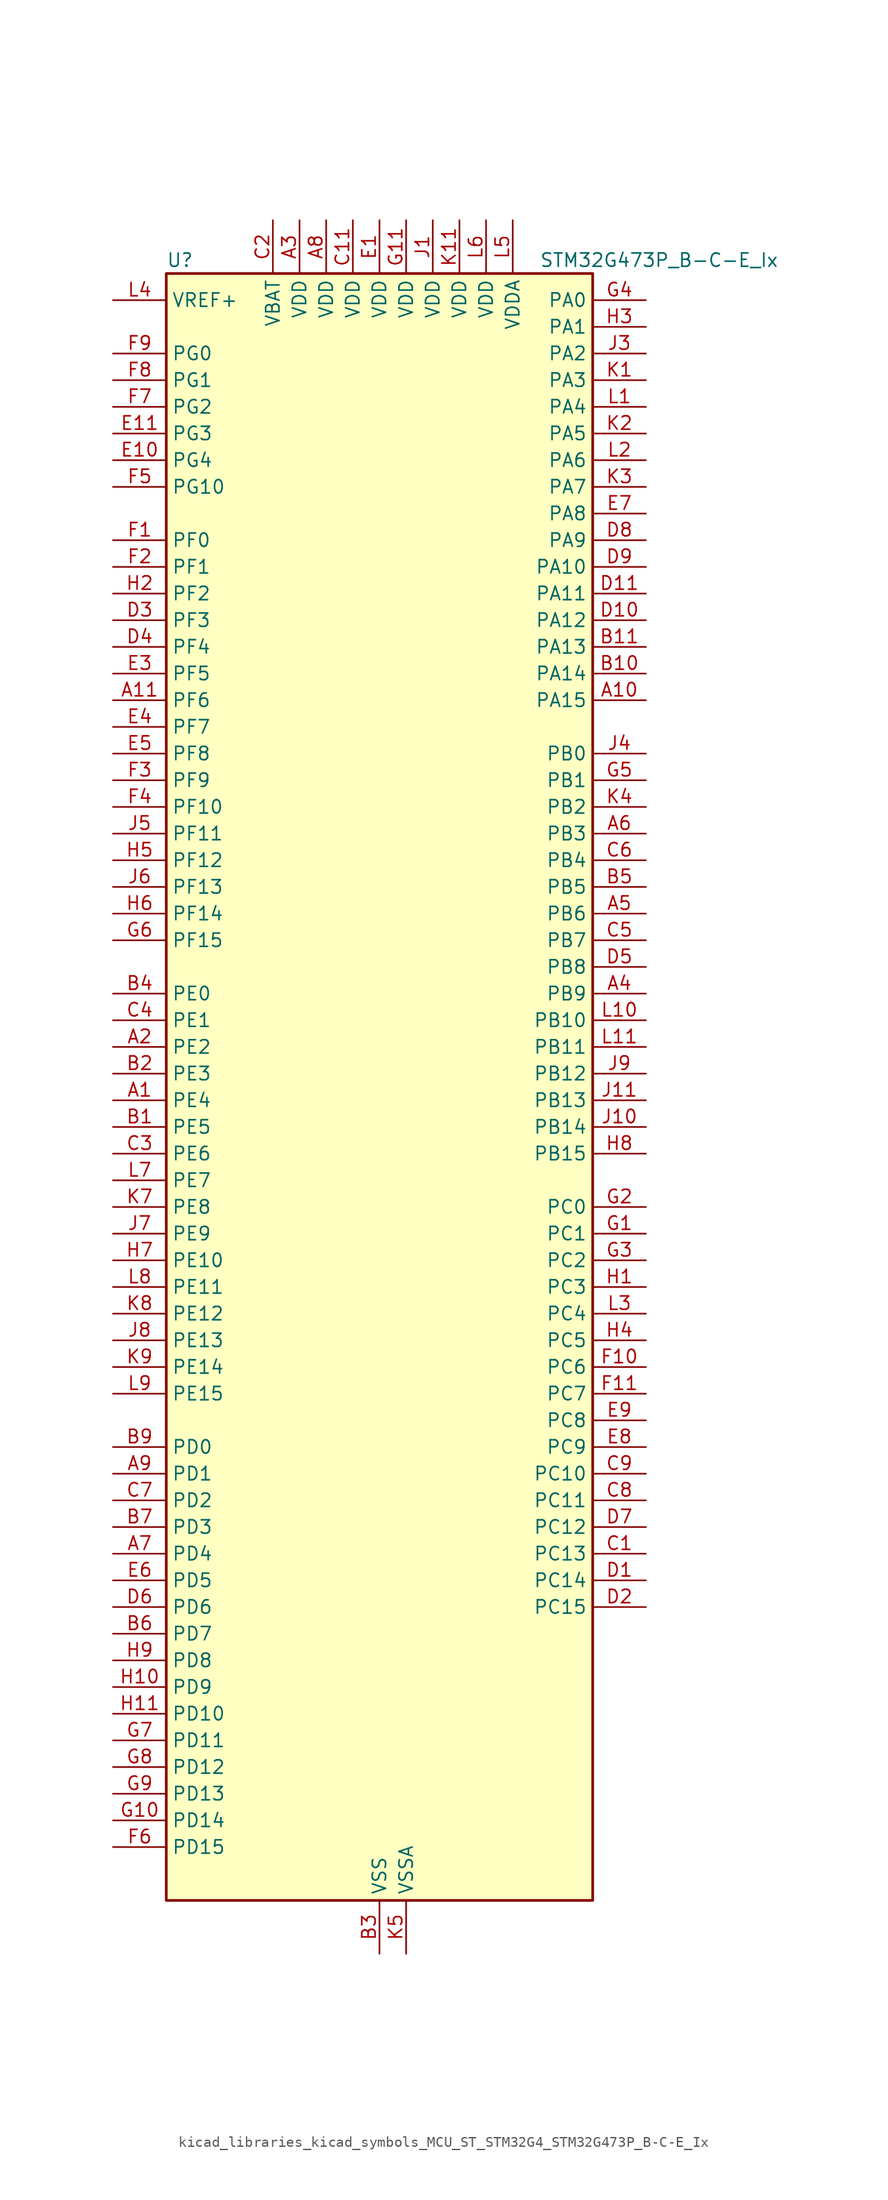
<source format=kicad_sym>
(kicad_symbol_lib
  (version 20220914)
  (generator kicad_symbol_editor)
  (symbol "kicad_libraries_kicad_symbols_MCU_ST_STM32G4_STM32G473P_B-C-E_Ix"
    (property "Reference" "U"
      (at -20.32 80.01 0)
      (effects (font (size 1.27 1.27)) (justify left)))
    (property "Value" "STM32G473P_B-C-E_Ix"
      (at 15.24 80.01 0)
      (effects (font (size 1.27 1.27)) (justify left)))
    (property "ki_locked" ""
      (at 0 0 0)
      (effects (font (size 1.27 1.27))))
    (symbol "kicad_libraries_kicad_symbols_MCU_ST_STM32G4_STM32G473P_B-C-E_Ix_0_1"
      (rectangle (start -20.32 -76.2) (end 20.32 78.74) (stroke (width 0.254) (type default)) (fill (type background))))
    (symbol "kicad_libraries_kicad_symbols_MCU_ST_STM32G4_STM32G473P_B-C-E_Ix_1_1"
      (pin bidirectional line (at -25.4 0 0) (length 5.08) (name "PE4" (effects (font (size 1.27 1.27)))) (number "A1" (effects (font (size 1.27 1.27)))) (alternate "FMC_A20" bidirectional line) (alternate "SAI1_D2" bidirectional line) (alternate "SAI1_FS_A" bidirectional line) (alternate "SPI4_NSS" bidirectional line) (alternate "SYS_TRACED1" bidirectional line) (alternate "TIM20_CH1N" bidirectional line) (alternate "TIM3_CH3" bidirectional line))
      (pin bidirectional line (at 25.4 38.1 180) (length 5.08) (name "PA15" (effects (font (size 1.27 1.27)))) (number "A10" (effects (font (size 1.27 1.27)))) (alternate "ADC1_EXTI15" bidirectional line) (alternate "ADC2_EXTI15" bidirectional line) (alternate "FDCAN3_TX" bidirectional line) (alternate "I2C1_SCL" bidirectional line) (alternate "I2S3_WS" bidirectional line) (alternate "SPI1_NSS" bidirectional line) (alternate "SPI3_NSS" bidirectional line) (alternate "SYS_JTDI" bidirectional line) (alternate "TIM1_BKIN" bidirectional line) (alternate "TIM2_CH1" bidirectional line) (alternate "TIM2_ETR" bidirectional line) (alternate "TIM8_CH1" bidirectional line) (alternate "UART4_DE" bidirectional line) (alternate "UART4_RTS" bidirectional line) (alternate "USART2_RX" bidirectional line))
      (pin bidirectional line (at -25.4 38.1 0) (length 5.08) (name "PF6" (effects (font (size 1.27 1.27)))) (number "A11" (effects (font (size 1.27 1.27)))) (alternate "I2C2_SCL" bidirectional line) (alternate "QUADSPI1_BK1_IO3" bidirectional line) (alternate "SAI1_SD_B" bidirectional line) (alternate "TIM4_CH4" bidirectional line) (alternate "TIM5_CH1" bidirectional line) (alternate "TIM5_ETR" bidirectional line) (alternate "USART3_RTS" bidirectional line))
      (pin bidirectional line (at -25.4 5.08 0) (length 5.08) (name "PE2" (effects (font (size 1.27 1.27)))) (number "A2" (effects (font (size 1.27 1.27)))) (alternate "ADC3_EXTI2" bidirectional line) (alternate "ADC4_EXTI2" bidirectional line) (alternate "ADC5_EXTI2" bidirectional line) (alternate "FMC_A23" bidirectional line) (alternate "SAI1_CK1" bidirectional line) (alternate "SAI1_MCLK_A" bidirectional line) (alternate "SPI4_SCK" bidirectional line) (alternate "SYS_TRACECLK" bidirectional line) (alternate "TIM20_CH1" bidirectional line) (alternate "TIM3_CH1" bidirectional line))
      (pin power_in line (at -7.62 83.82 270) (length 5.08) (name "VDD" (effects (font (size 1.27 1.27)))) (number "A3" (effects (font (size 1.27 1.27)))))
      (pin bidirectional line (at 25.4 10.16 180) (length 5.08) (name "PB9" (effects (font (size 1.27 1.27)))) (number "A4" (effects (font (size 1.27 1.27)))) (alternate "COMP2_OUT" bidirectional line) (alternate "DAC1_EXTI9" bidirectional line) (alternate "DAC2_EXTI9" bidirectional line) (alternate "DAC3_EXTI9" bidirectional line) (alternate "DAC4_EXTI9" bidirectional line) (alternate "FDCAN1_TX" bidirectional line) (alternate "I2C1_SDA" bidirectional line) (alternate "IR_OUT" bidirectional line) (alternate "SAI1_D2" bidirectional line) (alternate "SAI1_FS_A" bidirectional line) (alternate "TIM17_CH1" bidirectional line) (alternate "TIM1_CH3N" bidirectional line) (alternate "TIM4_CH4" bidirectional line) (alternate "TIM8_CH3" bidirectional line) (alternate "USART3_TX" bidirectional line))
      (pin bidirectional line (at 25.4 17.78 180) (length 5.08) (name "PB6" (effects (font (size 1.27 1.27)))) (number "A5" (effects (font (size 1.27 1.27)))) (alternate "COMP4_OUT" bidirectional line) (alternate "FDCAN2_TX" bidirectional line) (alternate "LPTIM1_ETR" bidirectional line) (alternate "SAI1_FS_B" bidirectional line) (alternate "TIM16_CH1N" bidirectional line) (alternate "TIM4_CH1" bidirectional line) (alternate "TIM8_BKIN2" bidirectional line) (alternate "TIM8_CH1" bidirectional line) (alternate "TIM8_ETR" bidirectional line) (alternate "UCPD1_CC1" bidirectional line) (alternate "USART1_TX" bidirectional line))
      (pin bidirectional line (at 25.4 25.4 180) (length 5.08) (name "PB3" (effects (font (size 1.27 1.27)))) (number "A6" (effects (font (size 1.27 1.27)))) (alternate "ADC3_EXTI3" bidirectional line) (alternate "ADC4_EXTI3" bidirectional line) (alternate "ADC5_EXTI3" bidirectional line) (alternate "CRS_SYNC" bidirectional line) (alternate "FDCAN3_RX" bidirectional line) (alternate "I2S3_CK" bidirectional line) (alternate "SAI1_SCK_B" bidirectional line) (alternate "SPI1_SCK" bidirectional line) (alternate "SPI3_SCK" bidirectional line) (alternate "SYS_JTDO-SWO" bidirectional line) (alternate "TIM2_CH2" bidirectional line) (alternate "TIM3_ETR" bidirectional line) (alternate "TIM4_ETR" bidirectional line) (alternate "TIM8_CH1N" bidirectional line) (alternate "USART2_TX" bidirectional line))
      (pin bidirectional line (at -25.4 -43.18 0) (length 5.08) (name "PD4" (effects (font (size 1.27 1.27)))) (number "A7" (effects (font (size 1.27 1.27)))) (alternate "FMC_NOE" bidirectional line) (alternate "QUADSPI1_BK2_IO0" bidirectional line) (alternate "TIM2_CH2" bidirectional line) (alternate "USART2_DE" bidirectional line) (alternate "USART2_RTS" bidirectional line))
      (pin power_in line (at -5.08 83.82 270) (length 5.08) (name "VDD" (effects (font (size 1.27 1.27)))) (number "A8" (effects (font (size 1.27 1.27)))))
      (pin bidirectional line (at -25.4 -35.56 0) (length 5.08) (name "PD1" (effects (font (size 1.27 1.27)))) (number "A9" (effects (font (size 1.27 1.27)))) (alternate "FDCAN1_TX" bidirectional line) (alternate "FMC_D3" bidirectional line) (alternate "FMC_DA3" bidirectional line) (alternate "TIM8_BKIN2" bidirectional line) (alternate "TIM8_CH4" bidirectional line))
      (pin bidirectional line (at -25.4 -2.54 0) (length 5.08) (name "PE5" (effects (font (size 1.27 1.27)))) (number "B1" (effects (font (size 1.27 1.27)))) (alternate "FMC_A21" bidirectional line) (alternate "SAI1_CK2" bidirectional line) (alternate "SAI1_SCK_A" bidirectional line) (alternate "SPI4_MISO" bidirectional line) (alternate "SYS_TRACED2" bidirectional line) (alternate "TIM20_CH2N" bidirectional line) (alternate "TIM3_CH4" bidirectional line))
      (pin bidirectional line (at 25.4 40.64 180) (length 5.08) (name "PA14" (effects (font (size 1.27 1.27)))) (number "B10" (effects (font (size 1.27 1.27)))) (alternate "I2C1_SDA" bidirectional line) (alternate "I2C4_SMBA" bidirectional line) (alternate "LPTIM1_OUT" bidirectional line) (alternate "SAI1_FS_B" bidirectional line) (alternate "SYS_JTCK-SWCLK" bidirectional line) (alternate "TIM1_BKIN" bidirectional line) (alternate "TIM8_CH2" bidirectional line) (alternate "USART2_TX" bidirectional line))
      (pin bidirectional line (at 25.4 43.18 180) (length 5.08) (name "PA13" (effects (font (size 1.27 1.27)))) (number "B11" (effects (font (size 1.27 1.27)))) (alternate "I2C1_SCL" bidirectional line) (alternate "I2C4_SCL" bidirectional line) (alternate "IR_OUT" bidirectional line) (alternate "SAI1_SD_B" bidirectional line) (alternate "SYS_JTMS-SWDIO" bidirectional line) (alternate "TIM16_CH1N" bidirectional line) (alternate "TIM4_CH3" bidirectional line) (alternate "USART3_CTS" bidirectional line) (alternate "USART3_NSS" bidirectional line))
      (pin bidirectional line (at -25.4 2.54 0) (length 5.08) (name "PE3" (effects (font (size 1.27 1.27)))) (number "B2" (effects (font (size 1.27 1.27)))) (alternate "ADC3_EXTI3" bidirectional line) (alternate "ADC4_EXTI3" bidirectional line) (alternate "ADC5_EXTI3" bidirectional line) (alternate "FMC_A19" bidirectional line) (alternate "SAI1_SD_B" bidirectional line) (alternate "SPI4_NSS" bidirectional line) (alternate "SYS_TRACED0" bidirectional line) (alternate "TIM20_CH2" bidirectional line) (alternate "TIM3_CH2" bidirectional line))
      (pin power_in line (at 0 -81.28 90) (length 5.08) (name "VSS" (effects (font (size 1.27 1.27)))) (number "B3" (effects (font (size 1.27 1.27)))))
      (pin bidirectional line (at -25.4 10.16 0) (length 5.08) (name "PE0" (effects (font (size 1.27 1.27)))) (number "B4" (effects (font (size 1.27 1.27)))) (alternate "FMC_NBL0" bidirectional line) (alternate "TIM16_CH1" bidirectional line) (alternate "TIM20_CH4N" bidirectional line) (alternate "TIM20_ETR" bidirectional line) (alternate "TIM4_ETR" bidirectional line) (alternate "USART1_TX" bidirectional line))
      (pin bidirectional line (at 25.4 20.32 180) (length 5.08) (name "PB5" (effects (font (size 1.27 1.27)))) (number "B5" (effects (font (size 1.27 1.27)))) (alternate "FDCAN2_RX" bidirectional line) (alternate "I2C1_SMBA" bidirectional line) (alternate "I2C3_SDA" bidirectional line) (alternate "I2S3_SD" bidirectional line) (alternate "LPTIM1_IN1" bidirectional line) (alternate "SAI1_SD_B" bidirectional line) (alternate "SPI1_MOSI" bidirectional line) (alternate "SPI3_MOSI" bidirectional line) (alternate "TIM16_BKIN" bidirectional line) (alternate "TIM17_CH1" bidirectional line) (alternate "TIM3_CH2" bidirectional line) (alternate "TIM8_CH3N" bidirectional line) (alternate "UART5_CTS" bidirectional line) (alternate "USART2_CK" bidirectional line))
      (pin bidirectional line (at -25.4 -50.8 0) (length 5.08) (name "PD7" (effects (font (size 1.27 1.27)))) (number "B6" (effects (font (size 1.27 1.27)))) (alternate "FMC_NCE" bidirectional line) (alternate "FMC_NE1" bidirectional line) (alternate "QUADSPI1_BK2_IO3" bidirectional line) (alternate "TIM2_CH3" bidirectional line) (alternate "USART2_CK" bidirectional line))
      (pin bidirectional line (at -25.4 -40.64 0) (length 5.08) (name "PD3" (effects (font (size 1.27 1.27)))) (number "B7" (effects (font (size 1.27 1.27)))) (alternate "ADC3_EXTI3" bidirectional line) (alternate "ADC4_EXTI3" bidirectional line) (alternate "ADC5_EXTI3" bidirectional line) (alternate "FMC_CLK" bidirectional line) (alternate "QUADSPI1_BK2_NCS" bidirectional line) (alternate "TIM2_CH1" bidirectional line) (alternate "TIM2_ETR" bidirectional line) (alternate "USART2_CTS" bidirectional line) (alternate "USART2_NSS" bidirectional line))
      (pin passive line (at 0 -81.28 90) (length 5.08) hide (name "VSS" (effects (font (size 1.27 1.27)))) (number "B8" (effects (font (size 1.27 1.27)))))
      (pin bidirectional line (at -25.4 -33.02 0) (length 5.08) (name "PD0" (effects (font (size 1.27 1.27)))) (number "B9" (effects (font (size 1.27 1.27)))) (alternate "FDCAN1_RX" bidirectional line) (alternate "FMC_D2" bidirectional line) (alternate "FMC_DA2" bidirectional line) (alternate "TIM8_CH4N" bidirectional line))
      (pin bidirectional line (at 25.4 -43.18 180) (length 5.08) (name "PC13" (effects (font (size 1.27 1.27)))) (number "C1" (effects (font (size 1.27 1.27)))) (alternate "RTC_OUT1" bidirectional line) (alternate "RTC_TAMP1" bidirectional line) (alternate "RTC_TS" bidirectional line) (alternate "SYS_WKUP2" bidirectional line) (alternate "TIM1_BKIN" bidirectional line) (alternate "TIM1_CH1N" bidirectional line) (alternate "TIM8_CH4N" bidirectional line))
      (pin passive line (at 0 -81.28 90) (length 5.08) hide (name "VSS" (effects (font (size 1.27 1.27)))) (number "C10" (effects (font (size 1.27 1.27)))))
      (pin power_in line (at -2.54 83.82 270) (length 5.08) (name "VDD" (effects (font (size 1.27 1.27)))) (number "C11" (effects (font (size 1.27 1.27)))))
      (pin power_in line (at -10.16 83.82 270) (length 5.08) (name "VBAT" (effects (font (size 1.27 1.27)))) (number "C2" (effects (font (size 1.27 1.27)))))
      (pin bidirectional line (at -25.4 -5.08 0) (length 5.08) (name "PE6" (effects (font (size 1.27 1.27)))) (number "C3" (effects (font (size 1.27 1.27)))) (alternate "FMC_A22" bidirectional line) (alternate "RTC_TAMP3" bidirectional line) (alternate "SAI1_D1" bidirectional line) (alternate "SAI1_SD_A" bidirectional line) (alternate "SPI4_MOSI" bidirectional line) (alternate "SYS_TRACED3" bidirectional line) (alternate "SYS_WKUP3" bidirectional line) (alternate "TIM20_CH3N" bidirectional line))
      (pin bidirectional line (at -25.4 7.62 0) (length 5.08) (name "PE1" (effects (font (size 1.27 1.27)))) (number "C4" (effects (font (size 1.27 1.27)))) (alternate "FMC_NBL1" bidirectional line) (alternate "TIM17_CH1" bidirectional line) (alternate "TIM20_CH4" bidirectional line) (alternate "USART1_RX" bidirectional line))
      (pin bidirectional line (at 25.4 15.24 180) (length 5.08) (name "PB7" (effects (font (size 1.27 1.27)))) (number "C5" (effects (font (size 1.27 1.27)))) (alternate "COMP3_OUT" bidirectional line) (alternate "FMC_NL" bidirectional line) (alternate "I2C1_SDA" bidirectional line) (alternate "I2C4_SDA" bidirectional line) (alternate "LPTIM1_IN2" bidirectional line) (alternate "SYS_PVD_IN" bidirectional line) (alternate "TIM17_CH1N" bidirectional line) (alternate "TIM3_CH4" bidirectional line) (alternate "TIM4_CH2" bidirectional line) (alternate "TIM8_BKIN" bidirectional line) (alternate "UART4_CTS" bidirectional line) (alternate "USART1_RX" bidirectional line))
      (pin bidirectional line (at 25.4 22.86 180) (length 5.08) (name "PB4" (effects (font (size 1.27 1.27)))) (number "C6" (effects (font (size 1.27 1.27)))) (alternate "FDCAN3_TX" bidirectional line) (alternate "SAI1_MCLK_B" bidirectional line) (alternate "SPI1_MISO" bidirectional line) (alternate "SPI3_MISO" bidirectional line) (alternate "SYS_JTRST" bidirectional line) (alternate "TIM16_CH1" bidirectional line) (alternate "TIM17_BKIN" bidirectional line) (alternate "TIM3_CH1" bidirectional line) (alternate "TIM8_CH2N" bidirectional line) (alternate "UART5_DE" bidirectional line) (alternate "UART5_RTS" bidirectional line) (alternate "UCPD1_CC2" bidirectional line) (alternate "USART2_RX" bidirectional line))
      (pin bidirectional line (at -25.4 -38.1 0) (length 5.08) (name "PD2" (effects (font (size 1.27 1.27)))) (number "C7" (effects (font (size 1.27 1.27)))) (alternate "ADC3_EXTI2" bidirectional line) (alternate "ADC4_EXTI2" bidirectional line) (alternate "ADC5_EXTI2" bidirectional line) (alternate "TIM3_ETR" bidirectional line) (alternate "TIM8_BKIN" bidirectional line) (alternate "UART5_RX" bidirectional line))
      (pin bidirectional line (at 25.4 -38.1 180) (length 5.08) (name "PC11" (effects (font (size 1.27 1.27)))) (number "C8" (effects (font (size 1.27 1.27)))) (alternate "ADC1_EXTI11" bidirectional line) (alternate "ADC2_EXTI11" bidirectional line) (alternate "I2C3_SDA" bidirectional line) (alternate "SPI3_MISO" bidirectional line) (alternate "TIM8_CH2N" bidirectional line) (alternate "UART4_RX" bidirectional line) (alternate "USART3_RX" bidirectional line))
      (pin bidirectional line (at 25.4 -35.56 180) (length 5.08) (name "PC10" (effects (font (size 1.27 1.27)))) (number "C9" (effects (font (size 1.27 1.27)))) (alternate "DAC1_EXTI10" bidirectional line) (alternate "DAC2_EXTI10" bidirectional line) (alternate "DAC3_EXTI10" bidirectional line) (alternate "DAC4_EXTI10" bidirectional line) (alternate "I2S3_CK" bidirectional line) (alternate "SPI3_SCK" bidirectional line) (alternate "TIM8_CH1N" bidirectional line) (alternate "UART4_TX" bidirectional line) (alternate "USART3_TX" bidirectional line))
      (pin bidirectional line (at 25.4 -45.72 180) (length 5.08) (name "PC14" (effects (font (size 1.27 1.27)))) (number "D1" (effects (font (size 1.27 1.27)))) (alternate "RCC_OSC32_IN" bidirectional line))
      (pin bidirectional line (at 25.4 45.72 180) (length 5.08) (name "PA12" (effects (font (size 1.27 1.27)))) (number "D10" (effects (font (size 1.27 1.27)))) (alternate "COMP2_OUT" bidirectional line) (alternate "FDCAN1_TX" bidirectional line) (alternate "I2S_CKIN" bidirectional line) (alternate "TIM16_CH1" bidirectional line) (alternate "TIM1_CH2N" bidirectional line) (alternate "TIM1_ETR" bidirectional line) (alternate "TIM4_CH2" bidirectional line) (alternate "USART1_DE" bidirectional line) (alternate "USART1_RTS" bidirectional line) (alternate "USB_DP" bidirectional line))
      (pin bidirectional line (at 25.4 48.26 180) (length 5.08) (name "PA11" (effects (font (size 1.27 1.27)))) (number "D11" (effects (font (size 1.27 1.27)))) (alternate "ADC1_EXTI11" bidirectional line) (alternate "ADC2_EXTI11" bidirectional line) (alternate "COMP1_OUT" bidirectional line) (alternate "FDCAN1_RX" bidirectional line) (alternate "I2S2_SD" bidirectional line) (alternate "SPI2_MOSI" bidirectional line) (alternate "TIM1_BKIN2" bidirectional line) (alternate "TIM1_CH1N" bidirectional line) (alternate "TIM1_CH4" bidirectional line) (alternate "TIM4_CH1" bidirectional line) (alternate "USART1_CTS" bidirectional line) (alternate "USART1_NSS" bidirectional line) (alternate "USB_DM" bidirectional line))
      (pin bidirectional line (at 25.4 -48.26 180) (length 5.08) (name "PC15" (effects (font (size 1.27 1.27)))) (number "D2" (effects (font (size 1.27 1.27)))) (alternate "ADC1_EXTI15" bidirectional line) (alternate "ADC2_EXTI15" bidirectional line) (alternate "RCC_OSC32_OUT" bidirectional line))
      (pin bidirectional line (at -25.4 45.72 0) (length 5.08) (name "PF3" (effects (font (size 1.27 1.27)))) (number "D3" (effects (font (size 1.27 1.27)))) (alternate "ADC3_EXTI3" bidirectional line) (alternate "ADC4_EXTI3" bidirectional line) (alternate "ADC5_EXTI3" bidirectional line) (alternate "FMC_A3" bidirectional line) (alternate "I2C3_SCL" bidirectional line) (alternate "TIM20_CH4" bidirectional line))
      (pin bidirectional line (at -25.4 43.18 0) (length 5.08) (name "PF4" (effects (font (size 1.27 1.27)))) (number "D4" (effects (font (size 1.27 1.27)))) (alternate "COMP1_OUT" bidirectional line) (alternate "FMC_A4" bidirectional line) (alternate "I2C3_SDA" bidirectional line) (alternate "TIM20_CH1N" bidirectional line))
      (pin bidirectional line (at 25.4 12.7 180) (length 5.08) (name "PB8" (effects (font (size 1.27 1.27)))) (number "D5" (effects (font (size 1.27 1.27)))) (alternate "COMP1_OUT" bidirectional line) (alternate "FDCAN1_RX" bidirectional line) (alternate "I2C1_SCL" bidirectional line) (alternate "SAI1_CK1" bidirectional line) (alternate "SAI1_MCLK_A" bidirectional line) (alternate "TIM16_CH1" bidirectional line) (alternate "TIM1_BKIN" bidirectional line) (alternate "TIM4_CH3" bidirectional line) (alternate "TIM8_CH2" bidirectional line) (alternate "USART3_RX" bidirectional line))
      (pin bidirectional line (at -25.4 -48.26 0) (length 5.08) (name "PD6" (effects (font (size 1.27 1.27)))) (number "D6" (effects (font (size 1.27 1.27)))) (alternate "FMC_NWAIT" bidirectional line) (alternate "QUADSPI1_BK2_IO2" bidirectional line) (alternate "SAI1_D1" bidirectional line) (alternate "SAI1_SD_A" bidirectional line) (alternate "TIM2_CH4" bidirectional line) (alternate "USART2_RX" bidirectional line))
      (pin bidirectional line (at 25.4 -40.64 180) (length 5.08) (name "PC12" (effects (font (size 1.27 1.27)))) (number "D7" (effects (font (size 1.27 1.27)))) (alternate "I2S3_SD" bidirectional line) (alternate "SPI3_MOSI" bidirectional line) (alternate "TIM5_CH2" bidirectional line) (alternate "TIM8_CH3N" bidirectional line) (alternate "UART5_TX" bidirectional line) (alternate "UCPD1_FRSTX1" bidirectional line) (alternate "UCPD1_FRSTX2" bidirectional line) (alternate "USART3_CK" bidirectional line))
      (pin bidirectional line (at 25.4 53.34 180) (length 5.08) (name "PA9" (effects (font (size 1.27 1.27)))) (number "D8" (effects (font (size 1.27 1.27)))) (alternate "ADC5_IN2" bidirectional line) (alternate "COMP5_OUT" bidirectional line) (alternate "DAC1_EXTI9" bidirectional line) (alternate "DAC2_EXTI9" bidirectional line) (alternate "DAC3_EXTI9" bidirectional line) (alternate "DAC4_EXTI9" bidirectional line) (alternate "I2C2_SCL" bidirectional line) (alternate "I2C3_SMBA" bidirectional line) (alternate "I2S3_MCK" bidirectional line) (alternate "SAI1_FS_A" bidirectional line) (alternate "TIM15_BKIN" bidirectional line) (alternate "TIM1_CH2" bidirectional line) (alternate "TIM2_CH3" bidirectional line) (alternate "UCPD1_DBCC1" bidirectional line) (alternate "USART1_TX" bidirectional line))
      (pin bidirectional line (at 25.4 50.8 180) (length 5.08) (name "PA10" (effects (font (size 1.27 1.27)))) (number "D9" (effects (font (size 1.27 1.27)))) (alternate "COMP6_OUT" bidirectional line) (alternate "CRS_SYNC" bidirectional line) (alternate "DAC1_EXTI10" bidirectional line) (alternate "DAC2_EXTI10" bidirectional line) (alternate "DAC3_EXTI10" bidirectional line) (alternate "DAC4_EXTI10" bidirectional line) (alternate "I2C2_SMBA" bidirectional line) (alternate "SAI1_D1" bidirectional line) (alternate "SAI1_SD_A" bidirectional line) (alternate "SPI2_MISO" bidirectional line) (alternate "TIM17_BKIN" bidirectional line) (alternate "TIM1_CH3" bidirectional line) (alternate "TIM2_CH4" bidirectional line) (alternate "TIM8_BKIN" bidirectional line) (alternate "UCPD1_DBCC2" bidirectional line) (alternate "USART1_RX" bidirectional line))
      (pin power_in line (at 0 83.82 270) (length 5.08) (name "VDD" (effects (font (size 1.27 1.27)))) (number "E1" (effects (font (size 1.27 1.27)))))
      (pin bidirectional line (at -25.4 60.96 0) (length 5.08) (name "PG4" (effects (font (size 1.27 1.27)))) (number "E10" (effects (font (size 1.27 1.27)))) (alternate "FMC_A14" bidirectional line) (alternate "I2C4_SDA" bidirectional line) (alternate "SPI1_MOSI" bidirectional line) (alternate "TIM20_BKIN2" bidirectional line))
      (pin bidirectional line (at -25.4 63.5 0) (length 5.08) (name "PG3" (effects (font (size 1.27 1.27)))) (number "E11" (effects (font (size 1.27 1.27)))) (alternate "ADC3_EXTI3" bidirectional line) (alternate "ADC4_EXTI3" bidirectional line) (alternate "ADC5_EXTI3" bidirectional line) (alternate "FMC_A13" bidirectional line) (alternate "I2C4_SCL" bidirectional line) (alternate "SPI1_MISO" bidirectional line) (alternate "TIM20_BKIN" bidirectional line) (alternate "TIM20_CH4N" bidirectional line))
      (pin passive line (at 0 -81.28 90) (length 5.08) hide (name "VSS" (effects (font (size 1.27 1.27)))) (number "E2" (effects (font (size 1.27 1.27)))))
      (pin bidirectional line (at -25.4 40.64 0) (length 5.08) (name "PF5" (effects (font (size 1.27 1.27)))) (number "E3" (effects (font (size 1.27 1.27)))) (alternate "FMC_A5" bidirectional line) (alternate "TIM20_CH2N" bidirectional line))
      (pin bidirectional line (at -25.4 35.56 0) (length 5.08) (name "PF7" (effects (font (size 1.27 1.27)))) (number "E4" (effects (font (size 1.27 1.27)))) (alternate "FMC_A1" bidirectional line) (alternate "QUADSPI1_BK1_IO2" bidirectional line) (alternate "SAI1_MCLK_B" bidirectional line) (alternate "TIM20_BKIN" bidirectional line) (alternate "TIM5_CH2" bidirectional line))
      (pin bidirectional line (at -25.4 33.02 0) (length 5.08) (name "PF8" (effects (font (size 1.27 1.27)))) (number "E5" (effects (font (size 1.27 1.27)))) (alternate "FMC_A24" bidirectional line) (alternate "QUADSPI1_BK1_IO0" bidirectional line) (alternate "SAI1_SCK_B" bidirectional line) (alternate "TIM20_BKIN2" bidirectional line) (alternate "TIM5_CH3" bidirectional line))
      (pin bidirectional line (at -25.4 -45.72 0) (length 5.08) (name "PD5" (effects (font (size 1.27 1.27)))) (number "E6" (effects (font (size 1.27 1.27)))) (alternate "FMC_NWE" bidirectional line) (alternate "QUADSPI1_BK2_IO1" bidirectional line) (alternate "USART2_TX" bidirectional line))
      (pin bidirectional line (at 25.4 55.88 180) (length 5.08) (name "PA8" (effects (font (size 1.27 1.27)))) (number "E7" (effects (font (size 1.27 1.27)))) (alternate "ADC5_IN1" bidirectional line) (alternate "COMP7_OUT" bidirectional line) (alternate "FDCAN3_RX" bidirectional line) (alternate "I2C2_SDA" bidirectional line) (alternate "I2C3_SCL" bidirectional line) (alternate "I2S2_MCK" bidirectional line) (alternate "OPAMP5_VOUT" bidirectional line) (alternate "RCC_MCO" bidirectional line) (alternate "SAI1_CK2" bidirectional line) (alternate "SAI1_SCK_A" bidirectional line) (alternate "TIM1_CH1" bidirectional line) (alternate "TIM4_ETR" bidirectional line) (alternate "USART1_CK" bidirectional line))
      (pin bidirectional line (at 25.4 -33.02 180) (length 5.08) (name "PC9" (effects (font (size 1.27 1.27)))) (number "E8" (effects (font (size 1.27 1.27)))) (alternate "DAC1_EXTI9" bidirectional line) (alternate "DAC2_EXTI9" bidirectional line) (alternate "DAC3_EXTI9" bidirectional line) (alternate "DAC4_EXTI9" bidirectional line) (alternate "I2C3_SDA" bidirectional line) (alternate "I2S_CKIN" bidirectional line) (alternate "TIM3_CH4" bidirectional line) (alternate "TIM8_BKIN2" bidirectional line) (alternate "TIM8_CH4" bidirectional line))
      (pin bidirectional line (at 25.4 -30.48 180) (length 5.08) (name "PC8" (effects (font (size 1.27 1.27)))) (number "E9" (effects (font (size 1.27 1.27)))) (alternate "COMP7_OUT" bidirectional line) (alternate "I2C3_SCL" bidirectional line) (alternate "TIM20_CH3" bidirectional line) (alternate "TIM3_CH3" bidirectional line) (alternate "TIM8_CH3" bidirectional line))
      (pin bidirectional line (at -25.4 53.34 0) (length 5.08) (name "PF0" (effects (font (size 1.27 1.27)))) (number "F1" (effects (font (size 1.27 1.27)))) (alternate "ADC1_IN10" bidirectional line) (alternate "I2C2_SDA" bidirectional line) (alternate "I2S2_WS" bidirectional line) (alternate "RCC_OSC_IN" bidirectional line) (alternate "SPI2_NSS" bidirectional line) (alternate "TIM1_CH3N" bidirectional line))
      (pin bidirectional line (at 25.4 -25.4 180) (length 5.08) (name "PC6" (effects (font (size 1.27 1.27)))) (number "F10" (effects (font (size 1.27 1.27)))) (alternate "COMP6_OUT" bidirectional line) (alternate "I2C4_SCL" bidirectional line) (alternate "I2S2_MCK" bidirectional line) (alternate "TIM3_CH1" bidirectional line) (alternate "TIM8_CH1" bidirectional line))
      (pin bidirectional line (at 25.4 -27.94 180) (length 5.08) (name "PC7" (effects (font (size 1.27 1.27)))) (number "F11" (effects (font (size 1.27 1.27)))) (alternate "COMP5_OUT" bidirectional line) (alternate "I2C4_SDA" bidirectional line) (alternate "I2S3_MCK" bidirectional line) (alternate "TIM3_CH2" bidirectional line) (alternate "TIM8_CH2" bidirectional line))
      (pin bidirectional line (at -25.4 50.8 0) (length 5.08) (name "PF1" (effects (font (size 1.27 1.27)))) (number "F2" (effects (font (size 1.27 1.27)))) (alternate "ADC2_IN10" bidirectional line) (alternate "COMP3_INM" bidirectional line) (alternate "I2S2_CK" bidirectional line) (alternate "RCC_OSC_OUT" bidirectional line) (alternate "SPI2_SCK" bidirectional line))
      (pin bidirectional line (at -25.4 30.48 0) (length 5.08) (name "PF9" (effects (font (size 1.27 1.27)))) (number "F3" (effects (font (size 1.27 1.27)))) (alternate "DAC1_EXTI9" bidirectional line) (alternate "DAC2_EXTI9" bidirectional line) (alternate "DAC3_EXTI9" bidirectional line) (alternate "DAC4_EXTI9" bidirectional line) (alternate "FMC_A25" bidirectional line) (alternate "QUADSPI1_BK1_IO1" bidirectional line) (alternate "SAI1_FS_B" bidirectional line) (alternate "SPI2_SCK" bidirectional line) (alternate "TIM15_CH1" bidirectional line) (alternate "TIM20_BKIN" bidirectional line) (alternate "TIM5_CH4" bidirectional line))
      (pin bidirectional line (at -25.4 27.94 0) (length 5.08) (name "PF10" (effects (font (size 1.27 1.27)))) (number "F4" (effects (font (size 1.27 1.27)))) (alternate "DAC1_EXTI10" bidirectional line) (alternate "DAC2_EXTI10" bidirectional line) (alternate "DAC3_EXTI10" bidirectional line) (alternate "DAC4_EXTI10" bidirectional line) (alternate "FMC_A0" bidirectional line) (alternate "QUADSPI1_CLK" bidirectional line) (alternate "SAI1_D3" bidirectional line) (alternate "SPI2_SCK" bidirectional line) (alternate "TIM15_CH2" bidirectional line) (alternate "TIM20_BKIN2" bidirectional line))
      (pin bidirectional line (at -25.4 58.42 0) (length 5.08) (name "PG10" (effects (font (size 1.27 1.27)))) (number "F5" (effects (font (size 1.27 1.27)))) (alternate "DAC1_EXTI10" bidirectional line) (alternate "DAC2_EXTI10" bidirectional line) (alternate "DAC3_EXTI10" bidirectional line) (alternate "DAC4_EXTI10" bidirectional line) (alternate "RCC_MCO" bidirectional line))
      (pin bidirectional line (at -25.4 -71.12 0) (length 5.08) (name "PD15" (effects (font (size 1.27 1.27)))) (number "F6" (effects (font (size 1.27 1.27)))) (alternate "ADC1_EXTI15" bidirectional line) (alternate "ADC2_EXTI15" bidirectional line) (alternate "COMP7_INM" bidirectional line) (alternate "FMC_D1" bidirectional line) (alternate "FMC_DA1" bidirectional line) (alternate "SPI2_NSS" bidirectional line) (alternate "TIM4_CH4" bidirectional line))
      (pin bidirectional line (at -25.4 66.04 0) (length 5.08) (name "PG2" (effects (font (size 1.27 1.27)))) (number "F7" (effects (font (size 1.27 1.27)))) (alternate "ADC3_EXTI2" bidirectional line) (alternate "ADC4_EXTI2" bidirectional line) (alternate "ADC5_EXTI2" bidirectional line) (alternate "FMC_A12" bidirectional line) (alternate "SPI1_SCK" bidirectional line) (alternate "TIM20_CH3N" bidirectional line))
      (pin bidirectional line (at -25.4 68.58 0) (length 5.08) (name "PG1" (effects (font (size 1.27 1.27)))) (number "F8" (effects (font (size 1.27 1.27)))) (alternate "FMC_A11" bidirectional line) (alternate "TIM20_CH2N" bidirectional line))
      (pin bidirectional line (at -25.4 71.12 0) (length 5.08) (name "PG0" (effects (font (size 1.27 1.27)))) (number "F9" (effects (font (size 1.27 1.27)))) (alternate "FMC_A10" bidirectional line) (alternate "TIM20_CH1N" bidirectional line))
      (pin bidirectional line (at 25.4 -12.7 180) (length 5.08) (name "PC1" (effects (font (size 1.27 1.27)))) (number "G1" (effects (font (size 1.27 1.27)))) (alternate "ADC1_IN7" bidirectional line) (alternate "ADC2_IN7" bidirectional line) (alternate "COMP3_INP" bidirectional line) (alternate "LPTIM1_OUT" bidirectional line) (alternate "LPUART1_TX" bidirectional line) (alternate "QUADSPI1_BK2_IO0" bidirectional line) (alternate "SAI1_SD_A" bidirectional line) (alternate "TIM1_CH2" bidirectional line))
      (pin bidirectional line (at -25.4 -68.58 0) (length 5.08) (name "PD14" (effects (font (size 1.27 1.27)))) (number "G10" (effects (font (size 1.27 1.27)))) (alternate "ADC3_IN11" bidirectional line) (alternate "ADC4_IN11" bidirectional line) (alternate "ADC5_IN11" bidirectional line) (alternate "COMP7_INP" bidirectional line) (alternate "FMC_D0" bidirectional line) (alternate "FMC_DA0" bidirectional line) (alternate "OPAMP2_VINP" bidirectional line) (alternate "OPAMP2_VINP_SEC" bidirectional line) (alternate "TIM4_CH3" bidirectional line))
      (pin power_in line (at 2.54 83.82 270) (length 5.08) (name "VDD" (effects (font (size 1.27 1.27)))) (number "G11" (effects (font (size 1.27 1.27)))))
      (pin bidirectional line (at 25.4 -10.16 180) (length 5.08) (name "PC0" (effects (font (size 1.27 1.27)))) (number "G2" (effects (font (size 1.27 1.27)))) (alternate "ADC1_IN6" bidirectional line) (alternate "ADC2_IN6" bidirectional line) (alternate "COMP3_INM" bidirectional line) (alternate "LPTIM1_IN1" bidirectional line) (alternate "LPUART1_RX" bidirectional line) (alternate "TIM1_CH1" bidirectional line))
      (pin bidirectional line (at 25.4 -15.24 180) (length 5.08) (name "PC2" (effects (font (size 1.27 1.27)))) (number "G3" (effects (font (size 1.27 1.27)))) (alternate "ADC1_IN8" bidirectional line) (alternate "ADC2_IN8" bidirectional line) (alternate "ADC3_EXTI2" bidirectional line) (alternate "ADC4_EXTI2" bidirectional line) (alternate "ADC5_EXTI2" bidirectional line) (alternate "COMP3_OUT" bidirectional line) (alternate "LPTIM1_IN2" bidirectional line) (alternate "QUADSPI1_BK2_IO1" bidirectional line) (alternate "TIM1_CH3" bidirectional line) (alternate "TIM20_CH2" bidirectional line))
      (pin bidirectional line (at 25.4 76.2 180) (length 5.08) (name "PA0" (effects (font (size 1.27 1.27)))) (number "G4" (effects (font (size 1.27 1.27)))) (alternate "ADC1_IN1" bidirectional line) (alternate "ADC2_IN1" bidirectional line) (alternate "COMP1_INM" bidirectional line) (alternate "COMP1_OUT" bidirectional line) (alternate "COMP3_INP" bidirectional line) (alternate "RTC_TAMP2" bidirectional line) (alternate "SYS_WKUP1" bidirectional line) (alternate "TIM2_CH1" bidirectional line) (alternate "TIM2_ETR" bidirectional line) (alternate "TIM5_CH1" bidirectional line) (alternate "TIM8_BKIN" bidirectional line) (alternate "TIM8_ETR" bidirectional line) (alternate "USART2_CTS" bidirectional line) (alternate "USART2_NSS" bidirectional line))
      (pin bidirectional line (at 25.4 30.48 180) (length 5.08) (name "PB1" (effects (font (size 1.27 1.27)))) (number "G5" (effects (font (size 1.27 1.27)))) (alternate "ADC1_IN12" bidirectional line) (alternate "ADC3_IN1" bidirectional line) (alternate "COMP1_INP" bidirectional line) (alternate "COMP4_OUT" bidirectional line) (alternate "LPUART1_DE" bidirectional line) (alternate "LPUART1_RTS" bidirectional line) (alternate "OPAMP3_VOUT" bidirectional line) (alternate "OPAMP6_VINM" bidirectional line) (alternate "OPAMP6_VINM1" bidirectional line) (alternate "OPAMP6_VINM_SEC" bidirectional line) (alternate "QUADSPI1_BK1_IO0" bidirectional line) (alternate "TIM1_CH3N" bidirectional line) (alternate "TIM3_CH4" bidirectional line) (alternate "TIM8_CH3N" bidirectional line))
      (pin bidirectional line (at -25.4 15.24 0) (length 5.08) (name "PF15" (effects (font (size 1.27 1.27)))) (number "G6" (effects (font (size 1.27 1.27)))) (alternate "ADC1_EXTI15" bidirectional line) (alternate "ADC2_EXTI15" bidirectional line) (alternate "FMC_A9" bidirectional line) (alternate "I2C4_SDA" bidirectional line) (alternate "TIM20_CH4" bidirectional line))
      (pin bidirectional line (at -25.4 -60.96 0) (length 5.08) (name "PD11" (effects (font (size 1.27 1.27)))) (number "G7" (effects (font (size 1.27 1.27)))) (alternate "ADC1_EXTI11" bidirectional line) (alternate "ADC2_EXTI11" bidirectional line) (alternate "ADC3_IN8" bidirectional line) (alternate "ADC4_IN8" bidirectional line) (alternate "ADC5_IN8" bidirectional line) (alternate "COMP6_INP" bidirectional line) (alternate "FMC_A16" bidirectional line) (alternate "FMC_CLE" bidirectional line) (alternate "I2C4_SMBA" bidirectional line) (alternate "OPAMP4_VINP" bidirectional line) (alternate "OPAMP4_VINP_SEC" bidirectional line) (alternate "TIM5_ETR" bidirectional line) (alternate "USART3_CTS" bidirectional line) (alternate "USART3_NSS" bidirectional line))
      (pin bidirectional line (at -25.4 -63.5 0) (length 5.08) (name "PD12" (effects (font (size 1.27 1.27)))) (number "G8" (effects (font (size 1.27 1.27)))) (alternate "ADC3_IN9" bidirectional line) (alternate "ADC4_IN9" bidirectional line) (alternate "ADC5_IN9" bidirectional line) (alternate "COMP5_INP" bidirectional line) (alternate "FMC_A17" bidirectional line) (alternate "FMC_ALE" bidirectional line) (alternate "OPAMP5_VINP" bidirectional line) (alternate "OPAMP5_VINP_SEC" bidirectional line) (alternate "TIM4_CH1" bidirectional line) (alternate "USART3_DE" bidirectional line) (alternate "USART3_RTS" bidirectional line))
      (pin bidirectional line (at -25.4 -66.04 0) (length 5.08) (name "PD13" (effects (font (size 1.27 1.27)))) (number "G9" (effects (font (size 1.27 1.27)))) (alternate "ADC3_IN10" bidirectional line) (alternate "ADC4_IN10" bidirectional line) (alternate "ADC5_IN10" bidirectional line) (alternate "COMP5_INM" bidirectional line) (alternate "FMC_A18" bidirectional line) (alternate "TIM4_CH2" bidirectional line))
      (pin bidirectional line (at 25.4 -17.78 180) (length 5.08) (name "PC3" (effects (font (size 1.27 1.27)))) (number "H1" (effects (font (size 1.27 1.27)))) (alternate "ADC1_IN9" bidirectional line) (alternate "ADC2_IN9" bidirectional line) (alternate "ADC3_EXTI3" bidirectional line) (alternate "ADC4_EXTI3" bidirectional line) (alternate "ADC5_EXTI3" bidirectional line) (alternate "LPTIM1_ETR" bidirectional line) (alternate "OPAMP5_VINP" bidirectional line) (alternate "OPAMP5_VINP_SEC" bidirectional line) (alternate "QUADSPI1_BK2_IO2" bidirectional line) (alternate "SAI1_D1" bidirectional line) (alternate "SAI1_SD_A" bidirectional line) (alternate "TIM1_BKIN2" bidirectional line) (alternate "TIM1_CH4" bidirectional line))
      (pin bidirectional line (at -25.4 -55.88 0) (length 5.08) (name "PD9" (effects (font (size 1.27 1.27)))) (number "H10" (effects (font (size 1.27 1.27)))) (alternate "ADC4_IN13" bidirectional line) (alternate "ADC5_IN13" bidirectional line) (alternate "DAC1_EXTI9" bidirectional line) (alternate "DAC2_EXTI9" bidirectional line) (alternate "DAC3_EXTI9" bidirectional line) (alternate "DAC4_EXTI9" bidirectional line) (alternate "FMC_D14" bidirectional line) (alternate "FMC_DA14" bidirectional line) (alternate "OPAMP6_VINP" bidirectional line) (alternate "OPAMP6_VINP_SEC" bidirectional line) (alternate "USART3_RX" bidirectional line))
      (pin bidirectional line (at -25.4 -58.42 0) (length 5.08) (name "PD10" (effects (font (size 1.27 1.27)))) (number "H11" (effects (font (size 1.27 1.27)))) (alternate "ADC3_IN7" bidirectional line) (alternate "ADC4_IN7" bidirectional line) (alternate "ADC5_IN7" bidirectional line) (alternate "COMP6_INM" bidirectional line) (alternate "DAC1_EXTI10" bidirectional line) (alternate "DAC2_EXTI10" bidirectional line) (alternate "DAC3_EXTI10" bidirectional line) (alternate "DAC4_EXTI10" bidirectional line) (alternate "FMC_D15" bidirectional line) (alternate "FMC_DA15" bidirectional line) (alternate "USART3_CK" bidirectional line))
      (pin bidirectional line (at -25.4 48.26 0) (length 5.08) (name "PF2" (effects (font (size 1.27 1.27)))) (number "H2" (effects (font (size 1.27 1.27)))) (alternate "ADC3_EXTI2" bidirectional line) (alternate "ADC4_EXTI2" bidirectional line) (alternate "ADC5_EXTI2" bidirectional line) (alternate "FMC_A2" bidirectional line) (alternate "I2C2_SMBA" bidirectional line) (alternate "TIM20_CH3" bidirectional line))
      (pin bidirectional line (at 25.4 73.66 180) (length 5.08) (name "PA1" (effects (font (size 1.27 1.27)))) (number "H3" (effects (font (size 1.27 1.27)))) (alternate "ADC1_IN2" bidirectional line) (alternate "ADC2_IN2" bidirectional line) (alternate "COMP1_INP" bidirectional line) (alternate "OPAMP1_VINP" bidirectional line) (alternate "OPAMP1_VINP_SEC" bidirectional line) (alternate "OPAMP3_VINP" bidirectional line) (alternate "OPAMP3_VINP_SEC" bidirectional line) (alternate "OPAMP6_VINM" bidirectional line) (alternate "OPAMP6_VINM0" bidirectional line) (alternate "OPAMP6_VINM_SEC" bidirectional line) (alternate "RTC_REFIN" bidirectional line) (alternate "TIM15_CH1N" bidirectional line) (alternate "TIM2_CH2" bidirectional line) (alternate "TIM5_CH2" bidirectional line) (alternate "USART2_DE" bidirectional line) (alternate "USART2_RTS" bidirectional line))
      (pin bidirectional line (at 25.4 -22.86 180) (length 5.08) (name "PC5" (effects (font (size 1.27 1.27)))) (number "H4" (effects (font (size 1.27 1.27)))) (alternate "ADC2_IN11" bidirectional line) (alternate "OPAMP1_VINM" bidirectional line) (alternate "OPAMP1_VINM1" bidirectional line) (alternate "OPAMP1_VINM_SEC" bidirectional line) (alternate "OPAMP2_VINM" bidirectional line) (alternate "OPAMP2_VINM1" bidirectional line) (alternate "OPAMP2_VINM_SEC" bidirectional line) (alternate "SAI1_D3" bidirectional line) (alternate "SYS_WKUP5" bidirectional line) (alternate "TIM15_BKIN" bidirectional line) (alternate "TIM1_CH4N" bidirectional line) (alternate "USART1_RX" bidirectional line))
      (pin bidirectional line (at -25.4 22.86 0) (length 5.08) (name "PF12" (effects (font (size 1.27 1.27)))) (number "H5" (effects (font (size 1.27 1.27)))) (alternate "FMC_A6" bidirectional line) (alternate "TIM20_CH1" bidirectional line))
      (pin bidirectional line (at -25.4 17.78 0) (length 5.08) (name "PF14" (effects (font (size 1.27 1.27)))) (number "H6" (effects (font (size 1.27 1.27)))) (alternate "FMC_A8" bidirectional line) (alternate "I2C4_SCL" bidirectional line) (alternate "TIM20_CH3" bidirectional line))
      (pin bidirectional line (at -25.4 -15.24 0) (length 5.08) (name "PE10" (effects (font (size 1.27 1.27)))) (number "H7" (effects (font (size 1.27 1.27)))) (alternate "ADC3_IN14" bidirectional line) (alternate "ADC4_IN14" bidirectional line) (alternate "ADC5_IN14" bidirectional line) (alternate "DAC1_EXTI10" bidirectional line) (alternate "DAC2_EXTI10" bidirectional line) (alternate "DAC3_EXTI10" bidirectional line) (alternate "DAC4_EXTI10" bidirectional line) (alternate "FMC_D7" bidirectional line) (alternate "FMC_DA7" bidirectional line) (alternate "QUADSPI1_CLK" bidirectional line) (alternate "SAI1_MCLK_B" bidirectional line) (alternate "TIM1_CH2N" bidirectional line))
      (pin bidirectional line (at 25.4 -5.08 180) (length 5.08) (name "PB15" (effects (font (size 1.27 1.27)))) (number "H8" (effects (font (size 1.27 1.27)))) (alternate "ADC1_EXTI15" bidirectional line) (alternate "ADC2_EXTI15" bidirectional line) (alternate "ADC2_IN15" bidirectional line) (alternate "ADC4_IN5" bidirectional line) (alternate "COMP3_OUT" bidirectional line) (alternate "COMP6_INM" bidirectional line) (alternate "I2S2_SD" bidirectional line) (alternate "OPAMP5_VINM" bidirectional line) (alternate "OPAMP5_VINM0" bidirectional line) (alternate "OPAMP5_VINM_SEC" bidirectional line) (alternate "RTC_REFIN" bidirectional line) (alternate "SPI2_MOSI" bidirectional line) (alternate "TIM15_CH1N" bidirectional line) (alternate "TIM15_CH2" bidirectional line) (alternate "TIM1_CH3N" bidirectional line))
      (pin bidirectional line (at -25.4 -53.34 0) (length 5.08) (name "PD8" (effects (font (size 1.27 1.27)))) (number "H9" (effects (font (size 1.27 1.27)))) (alternate "ADC4_IN12" bidirectional line) (alternate "ADC5_IN12" bidirectional line) (alternate "FMC_D13" bidirectional line) (alternate "FMC_DA13" bidirectional line) (alternate "OPAMP4_VINM" bidirectional line) (alternate "OPAMP4_VINM1" bidirectional line) (alternate "OPAMP4_VINM_SEC" bidirectional line) (alternate "USART3_TX" bidirectional line))
      (pin power_in line (at 5.08 83.82 270) (length 5.08) (name "VDD" (effects (font (size 1.27 1.27)))) (number "J1" (effects (font (size 1.27 1.27)))))
      (pin bidirectional line (at 25.4 -2.54 180) (length 5.08) (name "PB14" (effects (font (size 1.27 1.27)))) (number "J10" (effects (font (size 1.27 1.27)))) (alternate "ADC1_IN5" bidirectional line) (alternate "ADC4_IN4" bidirectional line) (alternate "COMP4_OUT" bidirectional line) (alternate "COMP7_INP" bidirectional line) (alternate "OPAMP2_VINP" bidirectional line) (alternate "OPAMP2_VINP_SEC" bidirectional line) (alternate "OPAMP5_VINP" bidirectional line) (alternate "OPAMP5_VINP_SEC" bidirectional line) (alternate "SPI2_MISO" bidirectional line) (alternate "TIM15_CH1" bidirectional line) (alternate "TIM1_CH2N" bidirectional line) (alternate "USART3_DE" bidirectional line) (alternate "USART3_RTS" bidirectional line))
      (pin bidirectional line (at 25.4 0 180) (length 5.08) (name "PB13" (effects (font (size 1.27 1.27)))) (number "J11" (effects (font (size 1.27 1.27)))) (alternate "ADC3_IN5" bidirectional line) (alternate "COMP5_INP" bidirectional line) (alternate "FDCAN2_TX" bidirectional line) (alternate "I2S2_CK" bidirectional line) (alternate "LPUART1_CTS" bidirectional line) (alternate "OPAMP3_VINP" bidirectional line) (alternate "OPAMP3_VINP_SEC" bidirectional line) (alternate "OPAMP4_VINP" bidirectional line) (alternate "OPAMP4_VINP_SEC" bidirectional line) (alternate "OPAMP6_VINP" bidirectional line) (alternate "OPAMP6_VINP_SEC" bidirectional line) (alternate "SPI2_SCK" bidirectional line) (alternate "TIM1_CH1N" bidirectional line) (alternate "USART3_CTS" bidirectional line) (alternate "USART3_NSS" bidirectional line))
      (pin passive line (at 0 -81.28 90) (length 5.08) hide (name "VSS" (effects (font (size 1.27 1.27)))) (number "J2" (effects (font (size 1.27 1.27)))))
      (pin bidirectional line (at 25.4 71.12 180) (length 5.08) (name "PA2" (effects (font (size 1.27 1.27)))) (number "J3" (effects (font (size 1.27 1.27)))) (alternate "ADC1_IN3" bidirectional line) (alternate "ADC3_EXTI2" bidirectional line) (alternate "ADC4_EXTI2" bidirectional line) (alternate "ADC5_EXTI2" bidirectional line) (alternate "COMP2_INM" bidirectional line) (alternate "COMP2_OUT" bidirectional line) (alternate "LPUART1_TX" bidirectional line) (alternate "OPAMP1_VOUT" bidirectional line) (alternate "QUADSPI1_BK1_NCS" bidirectional line) (alternate "RCC_LSCO" bidirectional line) (alternate "SYS_WKUP4" bidirectional line) (alternate "TIM15_CH1" bidirectional line) (alternate "TIM2_CH3" bidirectional line) (alternate "TIM5_CH3" bidirectional line) (alternate "UCPD1_FRSTX1" bidirectional line) (alternate "UCPD1_FRSTX2" bidirectional line) (alternate "USART2_TX" bidirectional line))
      (pin bidirectional line (at 25.4 33.02 180) (length 5.08) (name "PB0" (effects (font (size 1.27 1.27)))) (number "J4" (effects (font (size 1.27 1.27)))) (alternate "ADC1_IN15" bidirectional line) (alternate "ADC3_IN12" bidirectional line) (alternate "COMP4_INP" bidirectional line) (alternate "OPAMP2_VINP" bidirectional line) (alternate "OPAMP2_VINP_SEC" bidirectional line) (alternate "OPAMP3_VINP" bidirectional line) (alternate "OPAMP3_VINP_SEC" bidirectional line) (alternate "QUADSPI1_BK1_IO1" bidirectional line) (alternate "TIM1_CH2N" bidirectional line) (alternate "TIM3_CH3" bidirectional line) (alternate "TIM8_CH2N" bidirectional line) (alternate "UCPD1_FRSTX1" bidirectional line) (alternate "UCPD1_FRSTX2" bidirectional line))
      (pin bidirectional line (at -25.4 25.4 0) (length 5.08) (name "PF11" (effects (font (size 1.27 1.27)))) (number "J5" (effects (font (size 1.27 1.27)))) (alternate "ADC1_EXTI11" bidirectional line) (alternate "ADC2_EXTI11" bidirectional line) (alternate "FMC_NE4" bidirectional line) (alternate "TIM20_ETR" bidirectional line))
      (pin bidirectional line (at -25.4 20.32 0) (length 5.08) (name "PF13" (effects (font (size 1.27 1.27)))) (number "J6" (effects (font (size 1.27 1.27)))) (alternate "FMC_A7" bidirectional line) (alternate "I2C4_SMBA" bidirectional line) (alternate "TIM20_CH2" bidirectional line))
      (pin bidirectional line (at -25.4 -12.7 0) (length 5.08) (name "PE9" (effects (font (size 1.27 1.27)))) (number "J7" (effects (font (size 1.27 1.27)))) (alternate "ADC3_IN2" bidirectional line) (alternate "DAC1_EXTI9" bidirectional line) (alternate "DAC2_EXTI9" bidirectional line) (alternate "DAC3_EXTI9" bidirectional line) (alternate "DAC4_EXTI9" bidirectional line) (alternate "FMC_D6" bidirectional line) (alternate "FMC_DA6" bidirectional line) (alternate "SAI1_FS_B" bidirectional line) (alternate "TIM1_CH1" bidirectional line) (alternate "TIM5_CH4" bidirectional line))
      (pin bidirectional line (at -25.4 -22.86 0) (length 5.08) (name "PE13" (effects (font (size 1.27 1.27)))) (number "J8" (effects (font (size 1.27 1.27)))) (alternate "ADC3_IN3" bidirectional line) (alternate "FMC_D10" bidirectional line) (alternate "FMC_DA10" bidirectional line) (alternate "QUADSPI1_BK1_IO1" bidirectional line) (alternate "SPI4_MISO" bidirectional line) (alternate "TIM1_CH3" bidirectional line))
      (pin bidirectional line (at 25.4 2.54 180) (length 5.08) (name "PB12" (effects (font (size 1.27 1.27)))) (number "J9" (effects (font (size 1.27 1.27)))) (alternate "ADC1_IN11" bidirectional line) (alternate "ADC4_IN3" bidirectional line) (alternate "COMP7_INM" bidirectional line) (alternate "FDCAN2_RX" bidirectional line) (alternate "I2C2_SMBA" bidirectional line) (alternate "I2S2_WS" bidirectional line) (alternate "LPUART1_DE" bidirectional line) (alternate "LPUART1_RTS" bidirectional line) (alternate "OPAMP4_VOUT" bidirectional line) (alternate "OPAMP6_VINP" bidirectional line) (alternate "OPAMP6_VINP_SEC" bidirectional line) (alternate "SPI2_NSS" bidirectional line) (alternate "TIM1_BKIN" bidirectional line) (alternate "TIM5_ETR" bidirectional line) (alternate "USART3_CK" bidirectional line))
      (pin bidirectional line (at 25.4 68.58 180) (length 5.08) (name "PA3" (effects (font (size 1.27 1.27)))) (number "K1" (effects (font (size 1.27 1.27)))) (alternate "ADC1_IN4" bidirectional line) (alternate "ADC3_EXTI3" bidirectional line) (alternate "ADC4_EXTI3" bidirectional line) (alternate "ADC5_EXTI3" bidirectional line) (alternate "COMP2_INP" bidirectional line) (alternate "LPUART1_RX" bidirectional line) (alternate "OPAMP1_VINM" bidirectional line) (alternate "OPAMP1_VINM0" bidirectional line) (alternate "OPAMP1_VINM_SEC" bidirectional line) (alternate "OPAMP1_VINP" bidirectional line) (alternate "OPAMP1_VINP_SEC" bidirectional line) (alternate "OPAMP5_VINM" bidirectional line) (alternate "OPAMP5_VINM1" bidirectional line) (alternate "OPAMP5_VINM_SEC" bidirectional line) (alternate "QUADSPI1_CLK" bidirectional line) (alternate "SAI1_CK1" bidirectional line) (alternate "SAI1_MCLK_A" bidirectional line) (alternate "TIM15_CH2" bidirectional line) (alternate "TIM2_CH4" bidirectional line) (alternate "TIM5_CH4" bidirectional line) (alternate "USART2_RX" bidirectional line))
      (pin passive line (at 0 -81.28 90) (length 5.08) hide (name "VSS" (effects (font (size 1.27 1.27)))) (number "K10" (effects (font (size 1.27 1.27)))))
      (pin power_in line (at 7.62 83.82 270) (length 5.08) (name "VDD" (effects (font (size 1.27 1.27)))) (number "K11" (effects (font (size 1.27 1.27)))))
      (pin bidirectional line (at 25.4 63.5 180) (length 5.08) (name "PA5" (effects (font (size 1.27 1.27)))) (number "K2" (effects (font (size 1.27 1.27)))) (alternate "ADC2_IN13" bidirectional line) (alternate "COMP2_INM" bidirectional line) (alternate "DAC1_OUT2" bidirectional line) (alternate "OPAMP2_VINM" bidirectional line) (alternate "OPAMP2_VINM0" bidirectional line) (alternate "OPAMP2_VINM_SEC" bidirectional line) (alternate "SPI1_SCK" bidirectional line) (alternate "TIM2_CH1" bidirectional line) (alternate "TIM2_ETR" bidirectional line) (alternate "UCPD1_FRSTX1" bidirectional line) (alternate "UCPD1_FRSTX2" bidirectional line))
      (pin bidirectional line (at 25.4 58.42 180) (length 5.08) (name "PA7" (effects (font (size 1.27 1.27)))) (number "K3" (effects (font (size 1.27 1.27)))) (alternate "ADC2_IN4" bidirectional line) (alternate "COMP2_INP" bidirectional line) (alternate "COMP2_OUT" bidirectional line) (alternate "OPAMP1_VINP" bidirectional line) (alternate "OPAMP1_VINP_SEC" bidirectional line) (alternate "OPAMP2_VINP" bidirectional line) (alternate "OPAMP2_VINP_SEC" bidirectional line) (alternate "QUADSPI1_BK1_IO2" bidirectional line) (alternate "SPI1_MOSI" bidirectional line) (alternate "TIM17_CH1" bidirectional line) (alternate "TIM1_CH1N" bidirectional line) (alternate "TIM3_CH2" bidirectional line) (alternate "TIM8_CH1N" bidirectional line) (alternate "UCPD1_FRSTX1" bidirectional line) (alternate "UCPD1_FRSTX2" bidirectional line))
      (pin bidirectional line (at 25.4 27.94 180) (length 5.08) (name "PB2" (effects (font (size 1.27 1.27)))) (number "K4" (effects (font (size 1.27 1.27)))) (alternate "ADC2_IN12" bidirectional line) (alternate "ADC3_EXTI2" bidirectional line) (alternate "ADC4_EXTI2" bidirectional line) (alternate "ADC5_EXTI2" bidirectional line) (alternate "COMP4_INM" bidirectional line) (alternate "I2C3_SMBA" bidirectional line) (alternate "LPTIM1_OUT" bidirectional line) (alternate "OPAMP3_VINM" bidirectional line) (alternate "OPAMP3_VINM0" bidirectional line) (alternate "OPAMP3_VINM_SEC" bidirectional line) (alternate "QUADSPI1_BK2_IO1" bidirectional line) (alternate "RTC_OUT2" bidirectional line) (alternate "TIM20_CH1" bidirectional line) (alternate "TIM5_CH1" bidirectional line))
      (pin power_in line (at 2.54 -81.28 90) (length 5.08) (name "VSSA" (effects (font (size 1.27 1.27)))) (number "K5" (effects (font (size 1.27 1.27)))))
      (pin passive line (at 0 -81.28 90) (length 5.08) hide (name "VSS" (effects (font (size 1.27 1.27)))) (number "K6" (effects (font (size 1.27 1.27)))))
      (pin bidirectional line (at -25.4 -10.16 0) (length 5.08) (name "PE8" (effects (font (size 1.27 1.27)))) (number "K7" (effects (font (size 1.27 1.27)))) (alternate "ADC3_IN6" bidirectional line) (alternate "ADC4_IN6" bidirectional line) (alternate "ADC5_IN6" bidirectional line) (alternate "COMP4_INM" bidirectional line) (alternate "FMC_D5" bidirectional line) (alternate "FMC_DA5" bidirectional line) (alternate "SAI1_SCK_B" bidirectional line) (alternate "TIM1_CH1N" bidirectional line) (alternate "TIM5_CH3" bidirectional line))
      (pin bidirectional line (at -25.4 -20.32 0) (length 5.08) (name "PE12" (effects (font (size 1.27 1.27)))) (number "K8" (effects (font (size 1.27 1.27)))) (alternate "ADC3_IN16" bidirectional line) (alternate "ADC4_IN16" bidirectional line) (alternate "ADC5_IN16" bidirectional line) (alternate "FMC_D9" bidirectional line) (alternate "FMC_DA9" bidirectional line) (alternate "QUADSPI1_BK1_IO0" bidirectional line) (alternate "SPI4_SCK" bidirectional line) (alternate "TIM1_CH3N" bidirectional line))
      (pin bidirectional line (at -25.4 -25.4 0) (length 5.08) (name "PE14" (effects (font (size 1.27 1.27)))) (number "K9" (effects (font (size 1.27 1.27)))) (alternate "ADC4_IN1" bidirectional line) (alternate "FMC_D11" bidirectional line) (alternate "FMC_DA11" bidirectional line) (alternate "QUADSPI1_BK1_IO2" bidirectional line) (alternate "SPI4_MOSI" bidirectional line) (alternate "TIM1_BKIN2" bidirectional line) (alternate "TIM1_CH4" bidirectional line))
      (pin bidirectional line (at 25.4 66.04 180) (length 5.08) (name "PA4" (effects (font (size 1.27 1.27)))) (number "L1" (effects (font (size 1.27 1.27)))) (alternate "ADC2_IN17" bidirectional line) (alternate "COMP1_INM" bidirectional line) (alternate "DAC1_OUT1" bidirectional line) (alternate "I2S3_WS" bidirectional line) (alternate "SAI1_FS_B" bidirectional line) (alternate "SPI1_NSS" bidirectional line) (alternate "SPI3_NSS" bidirectional line) (alternate "TIM3_CH2" bidirectional line) (alternate "USART2_CK" bidirectional line))
      (pin bidirectional line (at 25.4 7.62 180) (length 5.08) (name "PB10" (effects (font (size 1.27 1.27)))) (number "L10" (effects (font (size 1.27 1.27)))) (alternate "COMP5_INM" bidirectional line) (alternate "DAC1_EXTI10" bidirectional line) (alternate "DAC2_EXTI10" bidirectional line) (alternate "DAC3_EXTI10" bidirectional line) (alternate "DAC4_EXTI10" bidirectional line) (alternate "LPUART1_RX" bidirectional line) (alternate "OPAMP3_VINM" bidirectional line) (alternate "OPAMP3_VINM1" bidirectional line) (alternate "OPAMP3_VINM_SEC" bidirectional line) (alternate "OPAMP4_VINM" bidirectional line) (alternate "OPAMP4_VINM0" bidirectional line) (alternate "OPAMP4_VINM_SEC" bidirectional line) (alternate "QUADSPI1_CLK" bidirectional line) (alternate "SAI1_SCK_A" bidirectional line) (alternate "TIM1_BKIN" bidirectional line) (alternate "TIM2_CH3" bidirectional line) (alternate "USART3_TX" bidirectional line))
      (pin bidirectional line (at 25.4 5.08 180) (length 5.08) (name "PB11" (effects (font (size 1.27 1.27)))) (number "L11" (effects (font (size 1.27 1.27)))) (alternate "ADC1_EXTI11" bidirectional line) (alternate "ADC1_IN14" bidirectional line) (alternate "ADC2_EXTI11" bidirectional line) (alternate "ADC2_IN14" bidirectional line) (alternate "COMP6_INP" bidirectional line) (alternate "LPUART1_TX" bidirectional line) (alternate "OPAMP4_VINP" bidirectional line) (alternate "OPAMP4_VINP_SEC" bidirectional line) (alternate "OPAMP6_VOUT" bidirectional line) (alternate "QUADSPI1_BK1_NCS" bidirectional line) (alternate "TIM2_CH4" bidirectional line) (alternate "USART3_RX" bidirectional line))
      (pin bidirectional line (at 25.4 60.96 180) (length 5.08) (name "PA6" (effects (font (size 1.27 1.27)))) (number "L2" (effects (font (size 1.27 1.27)))) (alternate "ADC2_IN3" bidirectional line) (alternate "COMP1_OUT" bidirectional line) (alternate "DAC2_OUT1" bidirectional line) (alternate "LPUART1_CTS" bidirectional line) (alternate "OPAMP2_VOUT" bidirectional line) (alternate "QUADSPI1_BK1_IO3" bidirectional line) (alternate "SPI1_MISO" bidirectional line) (alternate "TIM16_CH1" bidirectional line) (alternate "TIM1_BKIN" bidirectional line) (alternate "TIM3_CH1" bidirectional line) (alternate "TIM8_BKIN" bidirectional line))
      (pin bidirectional line (at 25.4 -20.32 180) (length 5.08) (name "PC4" (effects (font (size 1.27 1.27)))) (number "L3" (effects (font (size 1.27 1.27)))) (alternate "ADC2_IN5" bidirectional line) (alternate "I2C2_SCL" bidirectional line) (alternate "QUADSPI1_BK2_IO3" bidirectional line) (alternate "TIM1_ETR" bidirectional line) (alternate "USART1_TX" bidirectional line))
      (pin input line (at -25.4 76.2 0) (length 5.08) (name "VREF+" (effects (font (size 1.27 1.27)))) (number "L4" (effects (font (size 1.27 1.27)))) (alternate "VREFBUF_OUT" bidirectional line))
      (pin power_in line (at 12.7 83.82 270) (length 5.08) (name "VDDA" (effects (font (size 1.27 1.27)))) (number "L5" (effects (font (size 1.27 1.27)))))
      (pin power_in line (at 10.16 83.82 270) (length 5.08) (name "VDD" (effects (font (size 1.27 1.27)))) (number "L6" (effects (font (size 1.27 1.27)))))
      (pin bidirectional line (at -25.4 -7.62 0) (length 5.08) (name "PE7" (effects (font (size 1.27 1.27)))) (number "L7" (effects (font (size 1.27 1.27)))) (alternate "ADC3_IN4" bidirectional line) (alternate "COMP4_INP" bidirectional line) (alternate "FMC_D4" bidirectional line) (alternate "FMC_DA4" bidirectional line) (alternate "SAI1_SD_B" bidirectional line) (alternate "TIM1_ETR" bidirectional line))
      (pin bidirectional line (at -25.4 -17.78 0) (length 5.08) (name "PE11" (effects (font (size 1.27 1.27)))) (number "L8" (effects (font (size 1.27 1.27)))) (alternate "ADC1_EXTI11" bidirectional line) (alternate "ADC2_EXTI11" bidirectional line) (alternate "ADC3_IN15" bidirectional line) (alternate "ADC4_IN15" bidirectional line) (alternate "ADC5_IN15" bidirectional line) (alternate "FMC_D8" bidirectional line) (alternate "FMC_DA8" bidirectional line) (alternate "QUADSPI1_BK1_NCS" bidirectional line) (alternate "SPI4_NSS" bidirectional line) (alternate "TIM1_CH2" bidirectional line))
      (pin bidirectional line (at -25.4 -27.94 0) (length 5.08) (name "PE15" (effects (font (size 1.27 1.27)))) (number "L9" (effects (font (size 1.27 1.27)))) (alternate "ADC1_EXTI15" bidirectional line) (alternate "ADC2_EXTI15" bidirectional line) (alternate "ADC4_IN2" bidirectional line) (alternate "FMC_D12" bidirectional line) (alternate "FMC_DA12" bidirectional line) (alternate "QUADSPI1_BK1_IO3" bidirectional line) (alternate "TIM1_BKIN" bidirectional line) (alternate "TIM1_CH4N" bidirectional line) (alternate "USART3_RX" bidirectional line)))))
</source>
